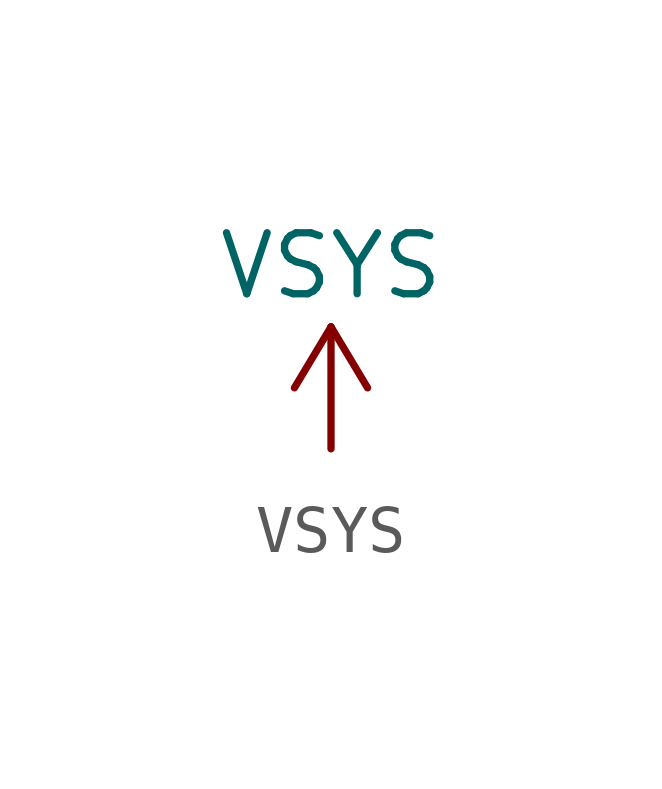
<source format=kicad_sym>
(kicad_symbol_lib
  (version 20211014)
  (generator kicad_symbol_editor)
  (symbol "VSYS"
    (power)
    (pin_names
      (offset 0))
    (property "Reference" "#PWR"
      (at 0 -3.81 0)
      (effects (font (size 1.27 1.27)) hide))
    (property "Value" "VSYS"
      (at 0 3.81 0)
      (effects (font (size 1.27 1.27))))
    (symbol "VSYS_0_1"
      (polyline (pts (xy -0.762 1.27) (xy 0 2.54)) (stroke (width 0) (type default) (color 0 0 0 0)) (fill (type none)))
      (polyline (pts (xy 0 0) (xy 0 2.54)) (stroke (width 0) (type default) (color 0 0 0 0)) (fill (type none)))
      (polyline (pts (xy 0 2.54) (xy 0.762 1.27)) (stroke (width 0) (type default) (color 0 0 0 0)) (fill (type none))))
    (symbol "VSYS_1_1"
      (pin power_in line (at 0 0 90) (length 0) hide (name "VBUS" (effects (font (size 1.27 1.27)))) (number "1" (effects (font (size 1.27 1.27))))))))
</source>
